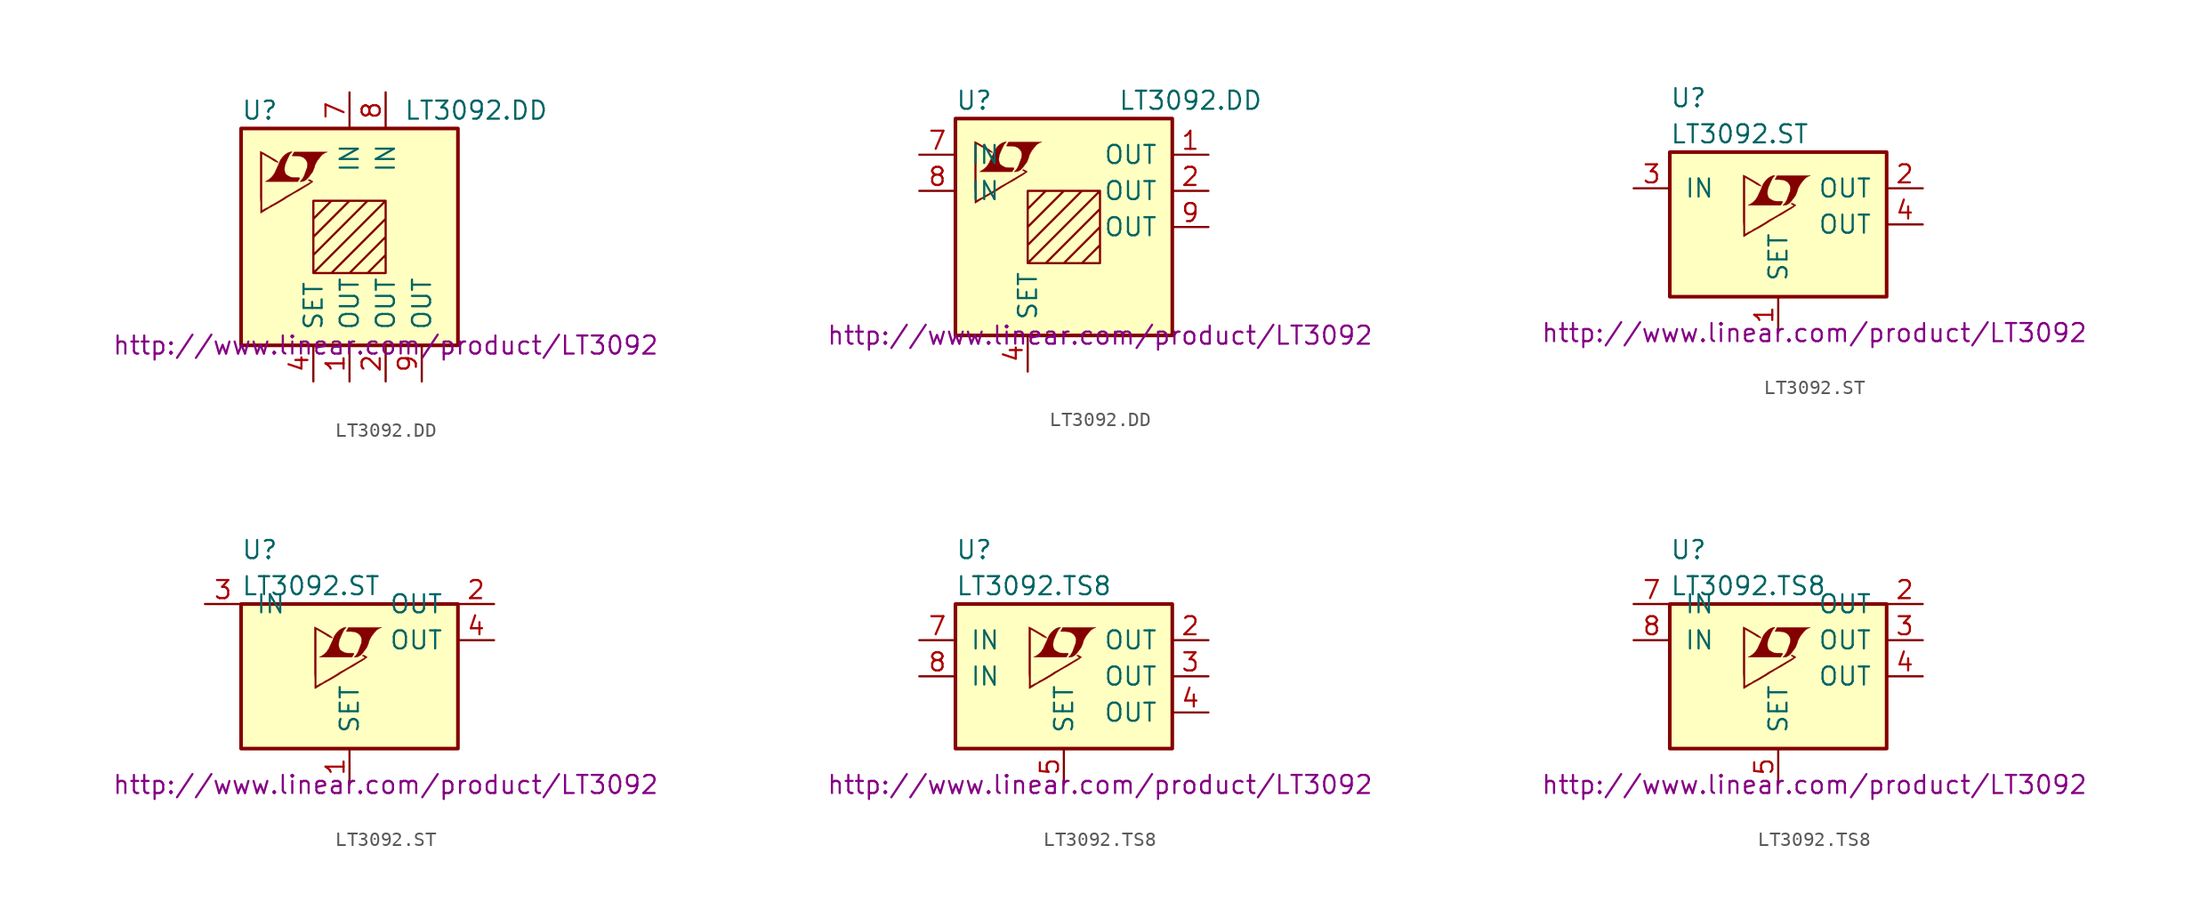
<source format=kicad_sym>
(kicad_symbol_lib
  (version 20201005)
  (generator kicad_symbol_editor)
  (symbol "LT3092.DD"
    (pin_names
      (offset 1.016))
    (property "Reference" "U"
      (at -7.62 8.89 0)
      (effects (font (size 1.27 1.27)) (justify left)))
    (property "Value" "LT3092.DD"
      (at 3.81 8.89 0)
      (effects (font (size 1.27 1.27)) (justify left)))
    (property "Datasheet" "http://www.linear.com/product/LT3092"
      (at 2.54 -7.62 0)
      (effects (font (size 1.27 1.27))))
    (symbol "LT3092.DD_0_0"
      (rectangle (start -7.62 7.62) (end 7.62 -7.62) (stroke (width 0.254)) (fill (type background)))
      (polyline (pts (xy -2.54 1.27) (xy -1.27 2.54) (xy 0 2.54) (xy -2.54 0) (xy -2.54 -1.27) (xy 1.27 2.54) (xy 2.54 2.54) (xy -2.54 -2.54) (xy -1.27 -2.54) (xy 2.54 1.27) (xy 2.54 0) (xy 0 -2.54) (xy 1.27 -2.54) (xy 2.54 -1.27) (xy 2.54 -2.54) (xy -2.54 -2.54) (xy -2.54 2.54) (xy 2.54 2.54) (xy 2.54 -2.54)) (stroke (width 0)) (fill (type none)))
      (polyline (pts (xy -3.226 3.912) (xy -3.048 4.013) (xy -2.896 4.166) (xy -2.591 4.572) (xy -2.489 4.826) (xy -2.413 5.08) (xy -2.261 5.359) (xy -2.083 5.588) (xy -1.905 5.791) (xy -1.702 5.918) (xy -1.549 5.969) (xy -3.886 5.969) (xy -3.962 5.842) (xy -3.962 5.817) (xy -4.013 5.74) (xy -4.039 5.715) (xy -3.988 5.69) (xy -3.708 5.69) (xy -3.454 5.664) (xy -3.251 5.588) (xy -3.099 5.461) (xy -2.997 5.309) (xy -2.946 5.131) (xy -2.972 4.902) (xy -2.972 4.877) (xy -3.2 4.267) (xy -3.302 4.089) (xy -3.404 3.962) (xy -3.48 3.886) (xy -3.378 3.886) (xy -3.226 3.912)) (stroke (width 0.025)) (fill (type outline)))
      (polyline (pts (xy -3.581 3.988) (xy -3.556 4.013) (xy -3.505 4.089) (xy -3.505 4.14) (xy -3.556 4.166) (xy -3.861 4.166) (xy -4.115 4.191) (xy -4.318 4.293) (xy -4.47 4.394) (xy -4.547 4.572) (xy -4.572 4.75) (xy -4.547 4.978) (xy -4.547 5.004) (xy -4.496 5.156) (xy -4.343 5.512) (xy -4.191 5.817) (xy -4.115 5.893) (xy -4.039 5.994) (xy -4.166 5.969) (xy -4.318 5.918) (xy -4.521 5.791) (xy -4.699 5.613) (xy -4.851 5.41) (xy -4.978 5.131) (xy -4.978 5.105) (xy -5.131 4.775) (xy -5.258 4.496) (xy -5.41 4.267) (xy -5.563 4.115) (xy -5.74 3.988) (xy -5.918 3.886) (xy -3.632 3.886) (xy -3.581 3.988)) (stroke (width 0.025)) (fill (type outline)))
      (polyline (pts (xy -6.172 1.702) (xy -6.096 1.753) (xy -5.969 1.829) (xy -5.893 1.88) (xy -5.639 2.032) (xy -5.08 2.337) (xy -4.572 2.642) (xy -4.343 2.794) (xy -4.166 2.896) (xy -4.013 2.997) (xy -3.912 3.048) (xy -3.835 3.099) (xy -3.683 3.175) (xy -3.505 3.277) (xy -3.099 3.531) (xy -2.921 3.632) (xy -2.769 3.734) (xy -2.667 3.81) (xy -2.591 3.861) (xy -2.565 3.886) (xy -2.718 3.988) (xy -2.87 4.039) (xy -2.896 4.013) (xy -2.896 3.988) (xy -2.819 3.937) (xy -2.718 3.861) (xy -3.632 3.327) (xy -3.835 3.2) (xy -4.14 3.023) (xy -4.47 2.845) (xy -4.775 2.642) (xy -5.08 2.464) (xy -5.334 2.311) (xy -5.537 2.21) (xy -5.715 2.083) (xy -5.893 2.007) (xy -6.02 1.93) (xy -6.121 1.88) (xy -6.147 1.854) (xy -6.147 5.842) (xy -5.613 5.537) (xy -5.486 5.461) (xy -5.334 5.359) (xy -5.182 5.283) (xy -5.105 5.258) (xy -5.055 5.232) (xy -5.029 5.232) (xy -5.029 5.283) (xy -5.105 5.334) (xy -5.232 5.436) (xy -5.41 5.537) (xy -5.537 5.613) (xy -5.893 5.817) (xy -6.02 5.893) (xy -6.274 6.02) (xy -6.274 2.743) (xy -6.248 2.438) (xy -6.248 1.676) (xy -6.223 1.676) (xy -6.172 1.702)) (stroke (width 0.025)) (fill (type outline))))
    (symbol "LT3092.DD_1_0"
      (pin unconnected line (at -10.16 0 0) (length 2.54) hide (name "NC" (effects (font (size 1.27 1.27)))) (number "3" (effects (font (size 1.27 1.27)))))
      (pin passive line (at -2.54 -10.16 90) (length 2.54) (name "SET" (effects (font (size 1.27 1.27)))) (number "4" (effects (font (size 1.27 1.27)))))
      (pin unconnected line (at -10.16 -2.54 0) (length 2.54) hide (name "NC" (effects (font (size 1.27 1.27)))) (number "5" (effects (font (size 1.27 1.27)))))
      (pin unconnected line (at -10.16 -5.08 0) (length 2.54) hide (name "NC" (effects (font (size 1.27 1.27)))) (number "6" (effects (font (size 1.27 1.27))))))
    (symbol "LT3092.DD_1_1"
      (pin power_out line (at 0 -10.16 90) (length 2.54) (name "OUT" (effects (font (size 1.27 1.27)))) (number "1" (effects (font (size 1.27 1.27)))))
      (pin power_out line (at 2.54 -10.16 90) (length 2.54) (name "OUT" (effects (font (size 1.27 1.27)))) (number "2" (effects (font (size 1.27 1.27)))))
      (pin power_in line (at 0 10.16 270) (length 2.54) (name "IN" (effects (font (size 1.27 1.27)))) (number "7" (effects (font (size 1.27 1.27)))))
      (pin power_in line (at 2.54 10.16 270) (length 2.54) (name "IN" (effects (font (size 1.27 1.27)))) (number "8" (effects (font (size 1.27 1.27)))))
      (pin power_out line (at 5.08 -10.16 90) (length 2.54) (name "OUT" (effects (font (size 1.27 1.27)))) (number "9" (effects (font (size 1.27 1.27))))))
    (symbol "LT3092.DD_1_2"
      (pin power_out line (at 10.16 5.08 180) (length 2.54) (name "OUT" (effects (font (size 1.27 1.27)))) (number "1" (effects (font (size 1.27 1.27)))))
      (pin power_out line (at 10.16 2.54 180) (length 2.54) (name "OUT" (effects (font (size 1.27 1.27)))) (number "2" (effects (font (size 1.27 1.27)))))
      (pin power_in line (at -10.16 5.08 0) (length 2.54) (name "IN" (effects (font (size 1.27 1.27)))) (number "7" (effects (font (size 1.27 1.27)))))
      (pin power_in line (at -10.16 2.54 0) (length 2.54) (name "IN" (effects (font (size 1.27 1.27)))) (number "8" (effects (font (size 1.27 1.27)))))
      (pin power_out line (at 10.16 0 180) (length 2.54) (name "OUT" (effects (font (size 1.27 1.27)))) (number "9" (effects (font (size 1.27 1.27)))))))
  (symbol "LT3092.ST"
    (pin_names
      (offset 1.016))
    (property "Reference" "U"
      (at -7.62 8.89 0)
      (effects (font (size 1.27 1.27)) (justify left)))
    (property "Value" "LT3092.ST"
      (at -7.62 6.35 0)
      (effects (font (size 1.27 1.27)) (justify left)))
    (property "Datasheet" "http://www.linear.com/product/LT3092"
      (at 2.54 -7.62 0)
      (effects (font (size 1.27 1.27))))
    (symbol "LT3092.ST_0_0"
      (rectangle (start -7.62 5.08) (end 7.62 -5.08) (stroke (width 0.254)) (fill (type background)))
      (polyline (pts (xy 0.584 1.372) (xy 0.762 1.473) (xy 0.914 1.626) (xy 1.219 2.032) (xy 1.321 2.286) (xy 1.397 2.54) (xy 1.549 2.819) (xy 1.727 3.048) (xy 1.905 3.251) (xy 2.108 3.378) (xy 2.261 3.429) (xy -0.076 3.429) (xy -0.152 3.302) (xy -0.152 3.277) (xy -0.203 3.2) (xy -0.229 3.175) (xy -0.178 3.15) (xy 0.102 3.15) (xy 0.356 3.124) (xy 0.559 3.048) (xy 0.711 2.921) (xy 0.813 2.769) (xy 0.864 2.591) (xy 0.838 2.362) (xy 0.838 2.337) (xy 0.61 1.727) (xy 0.508 1.549) (xy 0.406 1.422) (xy 0.33 1.346) (xy 0.432 1.346) (xy 0.584 1.372)) (stroke (width 0.025)) (fill (type outline)))
      (polyline (pts (xy 0.229 1.448) (xy 0.254 1.473) (xy 0.305 1.549) (xy 0.305 1.6) (xy 0.254 1.626) (xy -0.051 1.626) (xy -0.305 1.651) (xy -0.508 1.753) (xy -0.66 1.854) (xy -0.737 2.032) (xy -0.762 2.21) (xy -0.737 2.438) (xy -0.737 2.464) (xy -0.686 2.616) (xy -0.533 2.972) (xy -0.381 3.277) (xy -0.305 3.353) (xy -0.229 3.454) (xy -0.356 3.429) (xy -0.508 3.378) (xy -0.711 3.251) (xy -0.889 3.073) (xy -1.041 2.87) (xy -1.168 2.591) (xy -1.168 2.565) (xy -1.321 2.235) (xy -1.448 1.956) (xy -1.6 1.727) (xy -1.753 1.575) (xy -1.93 1.448) (xy -2.108 1.346) (xy 0.178 1.346) (xy 0.229 1.448)) (stroke (width 0.025)) (fill (type outline)))
      (polyline (pts (xy -2.362 -0.838) (xy -2.286 -0.787) (xy -2.159 -0.711) (xy -2.083 -0.66) (xy -1.829 -0.508) (xy -1.27 -0.203) (xy -0.762 0.102) (xy -0.533 0.254) (xy -0.356 0.356) (xy -0.203 0.457) (xy -0.102 0.508) (xy -0.025 0.559) (xy 0.127 0.635) (xy 0.305 0.737) (xy 0.711 0.991) (xy 0.889 1.092) (xy 1.041 1.194) (xy 1.143 1.27) (xy 1.219 1.321) (xy 1.245 1.346) (xy 1.092 1.448) (xy 0.94 1.499) (xy 0.914 1.473) (xy 0.914 1.448) (xy 0.991 1.397) (xy 1.092 1.321) (xy 0.178 0.787) (xy -0.025 0.66) (xy -0.33 0.483) (xy -0.66 0.305) (xy -0.965 0.102) (xy -1.27 -0.076) (xy -1.524 -0.229) (xy -1.727 -0.33) (xy -1.905 -0.457) (xy -2.083 -0.533) (xy -2.21 -0.61) (xy -2.311 -0.66) (xy -2.337 -0.686) (xy -2.337 3.302) (xy -1.803 2.997) (xy -1.676 2.921) (xy -1.524 2.819) (xy -1.372 2.743) (xy -1.295 2.718) (xy -1.245 2.692) (xy -1.219 2.692) (xy -1.219 2.743) (xy -1.295 2.794) (xy -1.422 2.896) (xy -1.6 2.997) (xy -1.727 3.073) (xy -2.083 3.277) (xy -2.21 3.353) (xy -2.464 3.48) (xy -2.464 0.203) (xy -2.438 -0.102) (xy -2.438 -0.864) (xy -2.413 -0.864) (xy -2.362 -0.838)) (stroke (width 0.025)) (fill (type outline))))
    (symbol "LT3092.ST_1_0"
      (pin passive line (at 0 -7.62 90) (length 2.54) (name "SET" (effects (font (size 1.27 1.27)))) (number "1" (effects (font (size 1.27 1.27))))))
    (symbol "LT3092.ST_1_1"
      (pin power_out line (at 10.16 2.54 180) (length 2.54) (name "OUT" (effects (font (size 1.27 1.27)))) (number "2" (effects (font (size 1.27 1.27)))))
      (pin power_in line (at -10.16 2.54 0) (length 2.54) (name "IN" (effects (font (size 1.27 1.27)))) (number "3" (effects (font (size 1.27 1.27)))))
      (pin power_out line (at 10.16 0 180) (length 2.54) (name "OUT" (effects (font (size 1.27 1.27)))) (number "4" (effects (font (size 1.27 1.27))))))
    (symbol "LT3092.ST_1_2"
      (pin power_out line (at 10.16 5.08 180) (length 2.54) (name "OUT" (effects (font (size 1.27 1.27)))) (number "2" (effects (font (size 1.27 1.27)))))
      (pin power_in line (at -10.16 5.08 0) (length 2.54) (name "IN" (effects (font (size 1.27 1.27)))) (number "3" (effects (font (size 1.27 1.27)))))
      (pin power_out line (at 10.16 2.54 180) (length 2.54) (name "OUT" (effects (font (size 1.27 1.27)))) (number "4" (effects (font (size 1.27 1.27)))))))
  (symbol "LT3092.TS8"
    (pin_names
      (offset 1.016))
    (property "Reference" "U"
      (at -7.62 8.89 0)
      (effects (font (size 1.27 1.27)) (justify left)))
    (property "Value" "LT3092.TS8"
      (at -7.62 6.35 0)
      (effects (font (size 1.27 1.27)) (justify left)))
    (property "Datasheet" "http://www.linear.com/product/LT3092"
      (at 2.54 -7.62 0)
      (effects (font (size 1.27 1.27))))
    (symbol "LT3092.TS8_0_0"
      (rectangle (start -7.62 5.08) (end 7.62 -5.08) (stroke (width 0.254)) (fill (type background)))
      (polyline (pts (xy 0.584 1.372) (xy 0.762 1.473) (xy 0.914 1.626) (xy 1.219 2.032) (xy 1.321 2.286) (xy 1.397 2.54) (xy 1.549 2.819) (xy 1.727 3.048) (xy 1.905 3.251) (xy 2.108 3.378) (xy 2.261 3.429) (xy -0.076 3.429) (xy -0.152 3.302) (xy -0.152 3.277) (xy -0.203 3.2) (xy -0.229 3.175) (xy -0.178 3.15) (xy 0.102 3.15) (xy 0.356 3.124) (xy 0.559 3.048) (xy 0.711 2.921) (xy 0.813 2.769) (xy 0.864 2.591) (xy 0.838 2.362) (xy 0.838 2.337) (xy 0.61 1.727) (xy 0.508 1.549) (xy 0.406 1.422) (xy 0.33 1.346) (xy 0.432 1.346) (xy 0.584 1.372)) (stroke (width 0.025)) (fill (type outline)))
      (polyline (pts (xy 0.229 1.448) (xy 0.254 1.473) (xy 0.305 1.549) (xy 0.305 1.6) (xy 0.254 1.626) (xy -0.051 1.626) (xy -0.305 1.651) (xy -0.508 1.753) (xy -0.66 1.854) (xy -0.737 2.032) (xy -0.762 2.21) (xy -0.737 2.438) (xy -0.737 2.464) (xy -0.686 2.616) (xy -0.533 2.972) (xy -0.381 3.277) (xy -0.305 3.353) (xy -0.229 3.454) (xy -0.356 3.429) (xy -0.508 3.378) (xy -0.711 3.251) (xy -0.889 3.073) (xy -1.041 2.87) (xy -1.168 2.591) (xy -1.168 2.565) (xy -1.321 2.235) (xy -1.448 1.956) (xy -1.6 1.727) (xy -1.753 1.575) (xy -1.93 1.448) (xy -2.108 1.346) (xy 0.178 1.346) (xy 0.229 1.448)) (stroke (width 0.025)) (fill (type outline)))
      (polyline (pts (xy -2.362 -0.838) (xy -2.286 -0.787) (xy -2.159 -0.711) (xy -2.083 -0.66) (xy -1.829 -0.508) (xy -1.27 -0.203) (xy -0.762 0.102) (xy -0.533 0.254) (xy -0.356 0.356) (xy -0.203 0.457) (xy -0.102 0.508) (xy -0.025 0.559) (xy 0.127 0.635) (xy 0.305 0.737) (xy 0.711 0.991) (xy 0.889 1.092) (xy 1.041 1.194) (xy 1.143 1.27) (xy 1.219 1.321) (xy 1.245 1.346) (xy 1.092 1.448) (xy 0.94 1.499) (xy 0.914 1.473) (xy 0.914 1.448) (xy 0.991 1.397) (xy 1.092 1.321) (xy 0.178 0.787) (xy -0.025 0.66) (xy -0.33 0.483) (xy -0.66 0.305) (xy -0.965 0.102) (xy -1.27 -0.076) (xy -1.524 -0.229) (xy -1.727 -0.33) (xy -1.905 -0.457) (xy -2.083 -0.533) (xy -2.21 -0.61) (xy -2.311 -0.66) (xy -2.337 -0.686) (xy -2.337 3.302) (xy -1.803 2.997) (xy -1.676 2.921) (xy -1.524 2.819) (xy -1.372 2.743) (xy -1.295 2.718) (xy -1.245 2.692) (xy -1.219 2.692) (xy -1.219 2.743) (xy -1.295 2.794) (xy -1.422 2.896) (xy -1.6 2.997) (xy -1.727 3.073) (xy -2.083 3.277) (xy -2.21 3.353) (xy -2.464 3.48) (xy -2.464 0.203) (xy -2.438 -0.102) (xy -2.438 -0.864) (xy -2.413 -0.864) (xy -2.362 -0.838)) (stroke (width 0.025)) (fill (type outline))))
    (symbol "LT3092.TS8_1_0"
      (pin unconnected line (at -10.16 -2.54 0) (length 2.54) hide (name "NC" (effects (font (size 1.27 1.27)))) (number "1" (effects (font (size 1.27 1.27)))))
      (pin passive line (at 0 -7.62 90) (length 2.54) (name "SET" (effects (font (size 1.27 1.27)))) (number "5" (effects (font (size 1.27 1.27)))))
      (pin unconnected line (at -10.16 -2.54 0) (length 2.54) hide (name "NC" (effects (font (size 1.27 1.27)))) (number "6" (effects (font (size 1.27 1.27))))))
    (symbol "LT3092.TS8_1_1"
      (pin power_out line (at 10.16 2.54 180) (length 2.54) (name "OUT" (effects (font (size 1.27 1.27)))) (number "2" (effects (font (size 1.27 1.27)))))
      (pin power_out line (at 10.16 0 180) (length 2.54) (name "OUT" (effects (font (size 1.27 1.27)))) (number "3" (effects (font (size 1.27 1.27)))))
      (pin power_out line (at 10.16 -2.54 180) (length 2.54) (name "OUT" (effects (font (size 1.27 1.27)))) (number "4" (effects (font (size 1.27 1.27)))))
      (pin power_in line (at -10.16 2.54 0) (length 2.54) (name "IN" (effects (font (size 1.27 1.27)))) (number "7" (effects (font (size 1.27 1.27)))))
      (pin power_in line (at -10.16 0 0) (length 2.54) (name "IN" (effects (font (size 1.27 1.27)))) (number "8" (effects (font (size 1.27 1.27))))))
    (symbol "LT3092.TS8_1_2"
      (pin power_out line (at 10.16 5.08 180) (length 2.54) (name "OUT" (effects (font (size 1.27 1.27)))) (number "2" (effects (font (size 1.27 1.27)))))
      (pin power_out line (at 10.16 2.54 180) (length 2.54) (name "OUT" (effects (font (size 1.27 1.27)))) (number "3" (effects (font (size 1.27 1.27)))))
      (pin power_out line (at 10.16 0 180) (length 2.54) (name "OUT" (effects (font (size 1.27 1.27)))) (number "4" (effects (font (size 1.27 1.27)))))
      (pin power_in line (at -10.16 5.08 0) (length 2.54) (name "IN" (effects (font (size 1.27 1.27)))) (number "7" (effects (font (size 1.27 1.27)))))
      (pin power_in line (at -10.16 2.54 0) (length 2.54) (name "IN" (effects (font (size 1.27 1.27)))) (number "8" (effects (font (size 1.27 1.27))))))))
</source>
